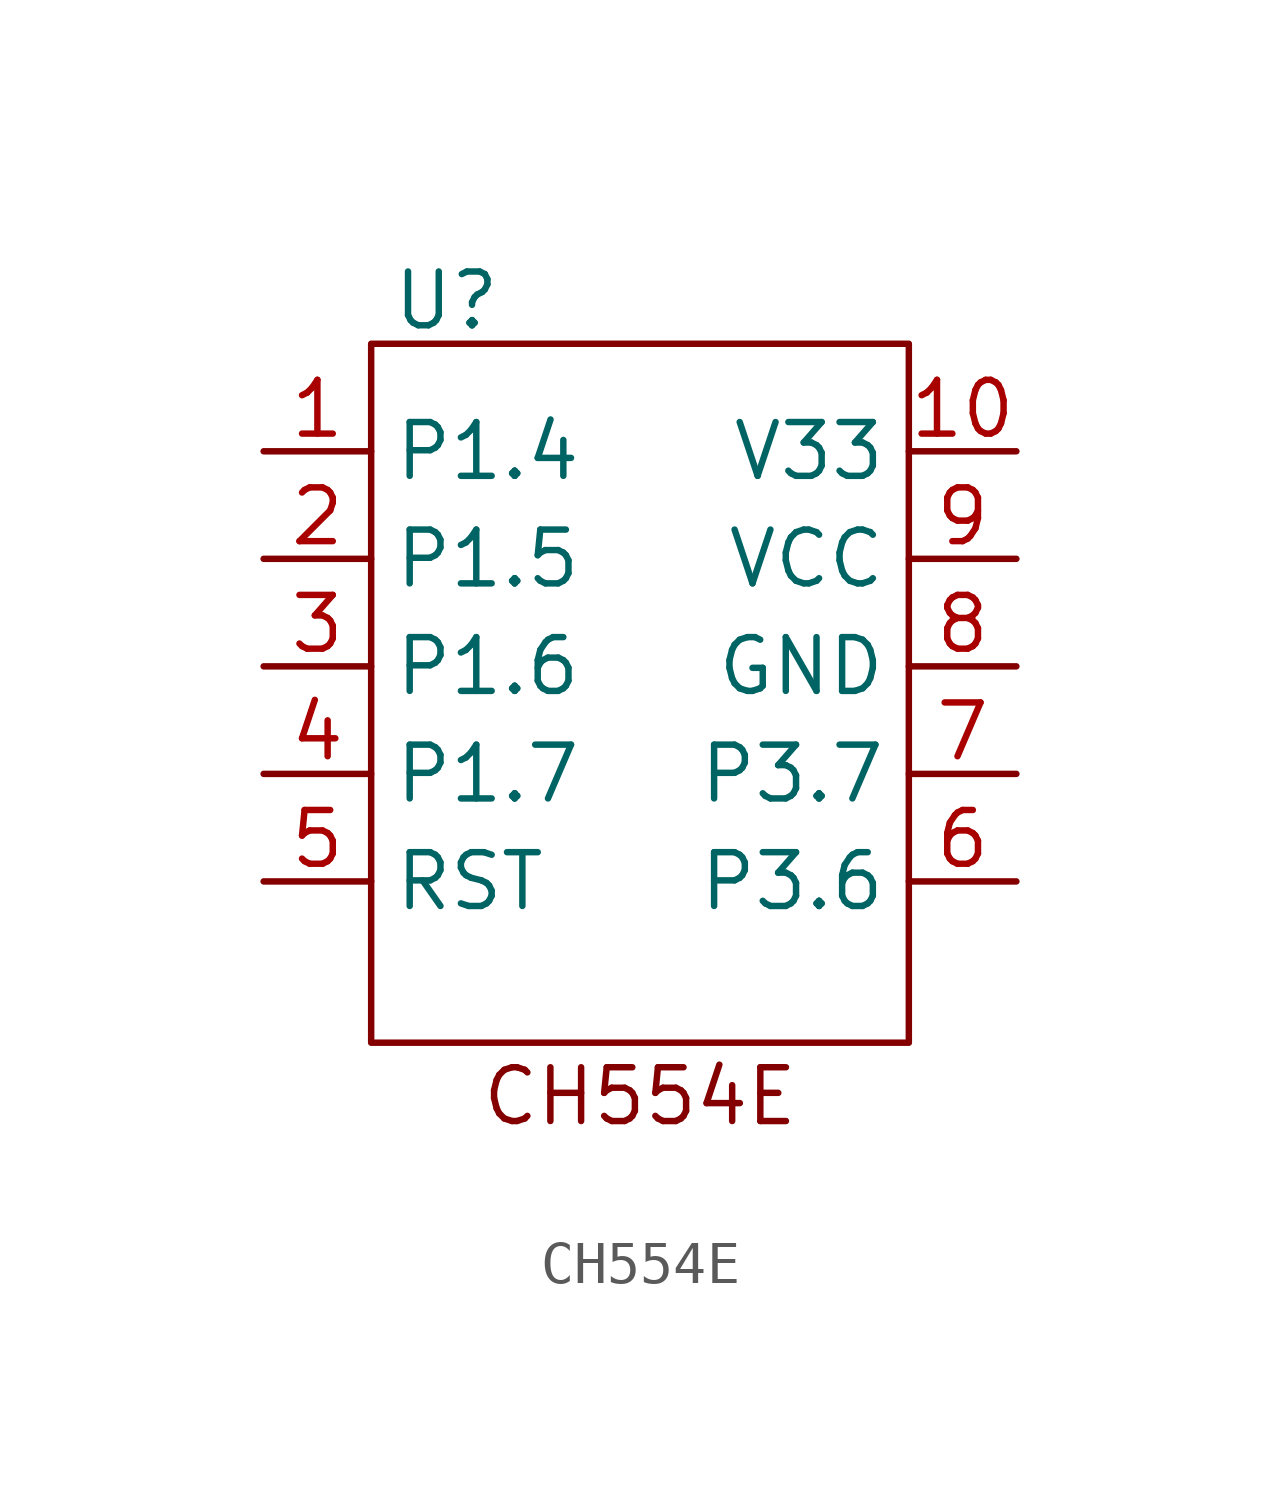
<source format=kicad_sym>
(kicad_symbol_lib
  (version 20231120)
  (generator "kicad_symbol_editor")
  (generator_version "8.0")
  (symbol "CH554E"
    (property "Reference" "U"
      (at -4.572 8.636 0)
      (effects (font (size 1.27 1.27))))
    (property "Value" ""
      (at 1.27 -1.27 0)
      (effects (font (size 1.27 1.27))))
    (symbol "CH554E_0_1"
      (rectangle (start -6.35 7.62) (end 6.35 -8.89) (stroke (width 0) (type default)) (fill (type none))))
    (symbol "CH554E_1_1"
      (text "CH554E" (at 0 -10.16 0) (effects (font (size 1.27 1.27))))
      (pin bidirectional line (at -8.89 5.08 0) (length 2.54) (name "P1.4" (effects (font (size 1.27 1.27)))) (number "1" (effects (font (size 1.27 1.27)))) (alternate "/T2_/CAP1_/SCS/TIN2/UCC1/AIN1 " bidirectional line))
      (pin power_in line (at 8.89 5.08 180) (length 2.54) (name "V33" (effects (font (size 1.27 1.27)))) (number "10" (effects (font (size 1.27 1.27)))))
      (pin bidirectional line (at -8.89 2.54 0) (length 2.54) (name "P1.5" (effects (font (size 1.27 1.27)))) (number "2" (effects (font (size 1.27 1.27)))) (alternate "MOSI/PWM1/TIN3/UCC2/AIN2" bidirectional line))
      (pin bidirectional line (at -8.89 0 0) (length 2.54) (name "P1.6" (effects (font (size 1.27 1.27)))) (number "3" (effects (font (size 1.27 1.27)))) (alternate "MISO/RXD1/TIN4 " bidirectional line))
      (pin bidirectional line (at -8.89 -2.54 0) (length 2.54) (name "P1.7" (effects (font (size 1.27 1.27)))) (number "4" (effects (font (size 1.27 1.27)))) (alternate "/SCK/TXD1/TIN5" bidirectional line))
      (pin input line (at -8.89 -5.08 0) (length 2.54) (name "RST" (effects (font (size 1.27 1.27)))) (number "5" (effects (font (size 1.27 1.27)))) (alternate "T2EX_/CAP2_ " bidirectional line))
      (pin bidirectional line (at 8.89 -5.08 180) (length 2.54) (name "P3.6" (effects (font (size 1.27 1.27)))) (number "6" (effects (font (size 1.27 1.27)))) (alternate "UDP" bidirectional line))
      (pin bidirectional line (at 8.89 -2.54 180) (length 2.54) (name "P3.7" (effects (font (size 1.27 1.27)))) (number "7" (effects (font (size 1.27 1.27)))) (alternate "UDM" bidirectional line))
      (pin power_in line (at 8.89 0 180) (length 2.54) (name "GND" (effects (font (size 1.27 1.27)))) (number "8" (effects (font (size 1.27 1.27)))))
      (pin power_in line (at 8.89 2.54 180) (length 2.54) (name "VCC" (effects (font (size 1.27 1.27)))) (number "9" (effects (font (size 1.27 1.27)))) (alternate "VDD" power_in line)))))
</source>
